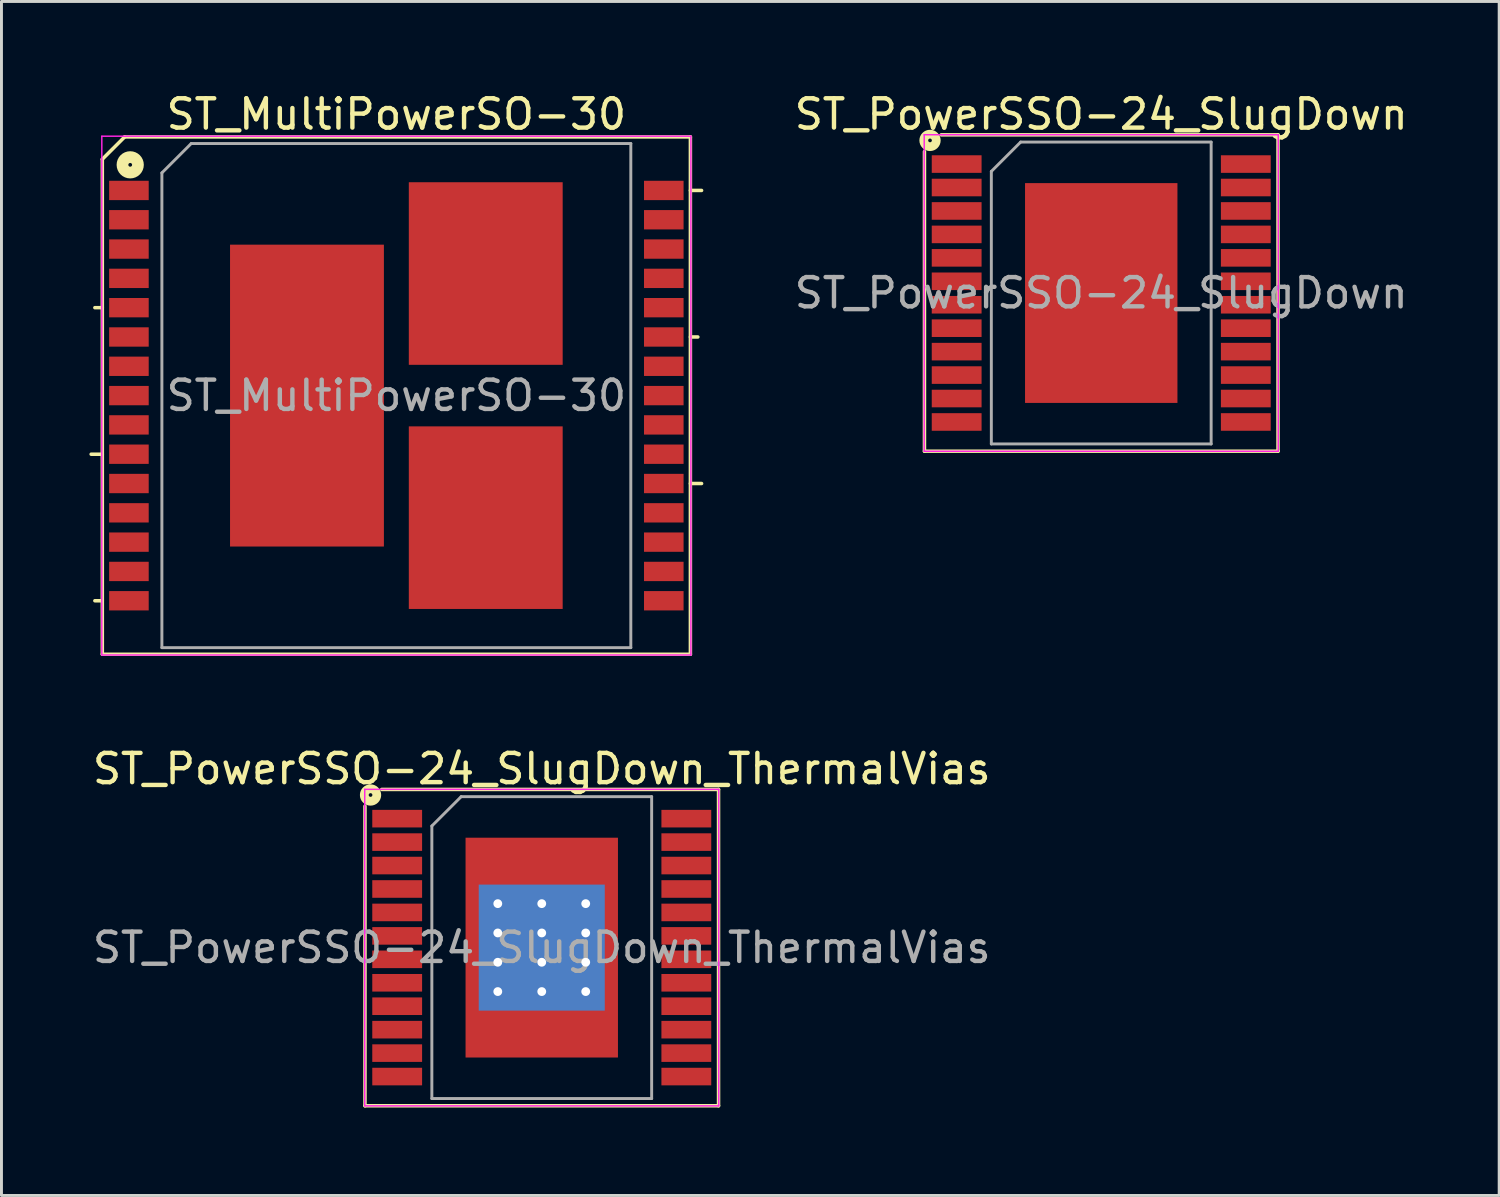
<source format=kicad_pcb>
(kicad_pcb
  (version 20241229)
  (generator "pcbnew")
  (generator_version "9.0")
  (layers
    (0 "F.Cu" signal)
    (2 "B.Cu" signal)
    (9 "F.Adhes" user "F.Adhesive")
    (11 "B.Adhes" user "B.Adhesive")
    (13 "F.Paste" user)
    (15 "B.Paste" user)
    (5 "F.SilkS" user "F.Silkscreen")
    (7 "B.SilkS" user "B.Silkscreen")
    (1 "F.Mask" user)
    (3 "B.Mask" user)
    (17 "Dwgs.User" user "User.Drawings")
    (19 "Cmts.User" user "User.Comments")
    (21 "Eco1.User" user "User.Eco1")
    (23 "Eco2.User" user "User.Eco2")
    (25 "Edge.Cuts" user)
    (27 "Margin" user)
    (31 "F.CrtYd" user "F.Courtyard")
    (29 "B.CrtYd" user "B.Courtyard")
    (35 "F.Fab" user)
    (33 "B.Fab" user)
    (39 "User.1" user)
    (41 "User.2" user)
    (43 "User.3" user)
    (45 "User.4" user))
  (footprint "ST_PowerSSO-24_SlugDown"
    (layer "F.Cu")
    (at 34.525 6.948)
    (property "Reference" "ST_PowerSSO-24_SlugDown" (at 0 -6.1 0) (layer "F.SilkS") (effects (font (size 1 1) (thickness 0.15))))
    (attr smd)
    (fp_line (start -6.032 -4.826) (end -6.032 5.397) (stroke (width 0.12) (type solid)) (layer "F.SilkS"))
    (fp_line (start -6.032 5.397) (end 6.032 5.397) (stroke (width 0.12) (type solid)) (layer "F.SilkS"))
    (fp_line (start 6.032 -5.397) (end -5.461 -5.397) (stroke (width 0.12) (type solid)) (layer "F.SilkS"))
    (fp_line (start 6.032 5.397) (end 6.032 -5.397) (stroke (width 0.12) (type solid)) (layer "F.SilkS"))
    (fp_circle (center -5.842 -5.207) (end -5.779 -5.207) (stroke (width 0.3) (type solid)) (fill no) (layer "F.SilkS"))
    (fp_line (start -6.04 -5.4) (end -6.04 5.4) (stroke (width 0.05) (type solid)) (layer "F.CrtYd"))
    (fp_line (start -6.04 -5.4) (end 6.04 -5.4) (stroke (width 0.05) (type solid)) (layer "F.CrtYd"))
    (fp_line (start 6.04 5.4) (end -6.04 5.4) (stroke (width 0.05) (type solid)) (layer "F.CrtYd"))
    (fp_line (start 6.04 5.4) (end 6.04 -5.4) (stroke (width 0.05) (type solid)) (layer "F.CrtYd"))
    (fp_line (start -3.75 -4.15) (end -3.75 5.15) (stroke (width 0.1) (type solid)) (layer "F.Fab"))
    (fp_line (start -3.75 5.15) (end 3.75 5.15) (stroke (width 0.1) (type solid)) (layer "F.Fab"))
    (fp_line (start -2.75 -5.15) (end -3.75 -4.15) (stroke (width 0.1) (type solid)) (layer "F.Fab"))
    (fp_line (start 3.75 -5.15) (end -2.75 -5.15) (stroke (width 0.1) (type solid)) (layer "F.Fab"))
    (fp_line (start 3.75 5.15) (end 3.75 -5.15) (stroke (width 0.1) (type solid)) (layer "F.Fab"))
    (fp_text user "${REFERENCE}" (at 0 0 0) (layer "F.Fab") (effects (font (size 1 1) (thickness 0.15))))
    (pad "1" smd rect (at -4.933 -4.4) (size 1.7 0.6) (layers "F.Cu" "F.Mask" "F.Paste"))
    (pad "2" smd rect (at -4.933 -3.6) (size 1.7 0.6) (layers "F.Cu" "F.Mask" "F.Paste"))
    (pad "3" smd rect (at -4.933 -2.8) (size 1.7 0.6) (layers "F.Cu" "F.Mask" "F.Paste"))
    (pad "4" smd rect (at -4.933 -2) (size 1.7 0.6) (layers "F.Cu" "F.Mask" "F.Paste"))
    (pad "5" smd rect (at -4.933 -1.2) (size 1.7 0.6) (layers "F.Cu" "F.Mask" "F.Paste"))
    (pad "6" smd rect (at -4.933 -0.4) (size 1.7 0.6) (layers "F.Cu" "F.Mask" "F.Paste"))
    (pad "7" smd rect (at -4.933 0.4) (size 1.7 0.6) (layers "F.Cu" "F.Mask" "F.Paste"))
    (pad "8" smd rect (at -4.933 1.2) (size 1.7 0.6) (layers "F.Cu" "F.Mask" "F.Paste"))
    (pad "9" smd rect (at -4.933 2) (size 1.7 0.6) (layers "F.Cu" "F.Mask" "F.Paste"))
    (pad "10" smd rect (at -4.933 2.8) (size 1.7 0.6) (layers "F.Cu" "F.Mask" "F.Paste"))
    (pad "11" smd rect (at -4.933 3.6) (size 1.7 0.6) (layers "F.Cu" "F.Mask" "F.Paste"))
    (pad "12" smd rect (at -4.933 4.4) (size 1.7 0.6) (layers "F.Cu" "F.Mask" "F.Paste"))
    (pad "13" smd rect (at 4.933 4.4) (size 1.7 0.6) (layers "F.Cu" "F.Mask" "F.Paste"))
    (pad "14" smd rect (at 4.933 3.6) (size 1.7 0.6) (layers "F.Cu" "F.Mask" "F.Paste"))
    (pad "15" smd rect (at 4.933 2.8) (size 1.7 0.6) (layers "F.Cu" "F.Mask" "F.Paste"))
    (pad "16" smd rect (at 4.933 2) (size 1.7 0.6) (layers "F.Cu" "F.Mask" "F.Paste"))
    (pad "17" smd rect (at 4.933 1.2) (size 1.7 0.6) (layers "F.Cu" "F.Mask" "F.Paste"))
    (pad "18" smd rect (at 4.933 0.4) (size 1.7 0.6) (layers "F.Cu" "F.Mask" "F.Paste"))
    (pad "19" smd rect (at 4.933 -0.4) (size 1.7 0.6) (layers "F.Cu" "F.Mask" "F.Paste"))
    (pad "20" smd rect (at 4.933 -1.2) (size 1.7 0.6) (layers "F.Cu" "F.Mask" "F.Paste"))
    (pad "21" smd rect (at 4.933 -2) (size 1.7 0.6) (layers "F.Cu" "F.Mask" "F.Paste"))
    (pad "22" smd rect (at 4.933 -2.8) (size 1.7 0.6) (layers "F.Cu" "F.Mask" "F.Paste"))
    (pad "23" smd rect (at 4.933 -3.6) (size 1.7 0.6) (layers "F.Cu" "F.Mask" "F.Paste"))
    (pad "24" smd rect (at 4.933 -4.4) (size 1.7 0.6) (layers "F.Cu" "F.Mask" "F.Paste"))
    (pad "25" smd rect (at 0 0) (size 5.2 7.5) (layers "F.Cu" "F.Mask" "F.Paste")))
  (footprint "ST_MultiPowerSO-30"
    (layer "F.Cu")
    (at 10.474 10.448)
    (property "Reference" "ST_MultiPowerSO-30" (at 0 -9.6 0) (layer "F.SilkS") (effects (font (size 1 1) (thickness 0.15))))
    (attr smd)
    (fp_line (start -10.414 2) (end -10.033 2) (stroke (width 0.12) (type solid)) (layer "F.SilkS"))
    (fp_line (start -10.287 -3) (end -10.033 -3) (stroke (width 0.12) (type solid)) (layer "F.SilkS"))
    (fp_line (start -10.287 7) (end -10.033 7) (stroke (width 0.12) (type solid)) (layer "F.SilkS"))
    (fp_line (start -10.033 -8.065) (end -10.033 8.826) (stroke (width 0.12) (type solid)) (layer "F.SilkS"))
    (fp_line (start -10.033 -8.065) (end -9.271 -8.826) (stroke (width 0.12) (type solid)) (layer "F.SilkS"))
    (fp_line (start -10.033 8.826) (end 10.033 8.826) (stroke (width 0.12) (type solid)) (layer "F.SilkS"))
    (fp_line (start 10.033 -8.826) (end -9.271 -8.826) (stroke (width 0.12) (type solid)) (layer "F.SilkS"))
    (fp_line (start 10.033 -7) (end 10.414 -7) (stroke (width 0.12) (type solid)) (layer "F.SilkS"))
    (fp_line (start 10.033 -2) (end 10.287 -2) (stroke (width 0.12) (type solid)) (layer "F.SilkS"))
    (fp_line (start 10.033 3) (end 10.414 3) (stroke (width 0.12) (type solid)) (layer "F.SilkS"))
    (fp_line (start 10.033 8.826) (end 10.033 -8.826) (stroke (width 0.12) (type solid)) (layer "F.SilkS"))
    (fp_circle (center -9.081 -7.874) (end -9.017 -7.874) (stroke (width 0.4) (type solid)) (fill no) (layer "F.SilkS"))
    (fp_line (start -10.05 -8.85) (end -10.05 8.85) (stroke (width 0.05) (type solid)) (layer "F.CrtYd"))
    (fp_line (start -10.05 -8.85) (end 10.05 -8.85) (stroke (width 0.05) (type solid)) (layer "F.CrtYd"))
    (fp_line (start 10.05 8.85) (end -10.05 8.85) (stroke (width 0.05) (type solid)) (layer "F.CrtYd"))
    (fp_line (start 10.05 8.85) (end 10.05 -8.85) (stroke (width 0.05) (type solid)) (layer "F.CrtYd"))
    (fp_line (start -8 -7.6) (end -8 8.6) (stroke (width 0.1) (type solid)) (layer "F.Fab"))
    (fp_line (start -8 8.6) (end 8 8.6) (stroke (width 0.1) (type solid)) (layer "F.Fab"))
    (fp_line (start -7 -8.6) (end -8 -7.6) (stroke (width 0.1) (type solid)) (layer "F.Fab"))
    (fp_line (start 8 -8.6) (end -7 -8.6) (stroke (width 0.1) (type solid)) (layer "F.Fab"))
    (fp_line (start 8 8.6) (end 8 -8.6) (stroke (width 0.1) (type solid)) (layer "F.Fab"))
    (fp_text user "${REFERENCE}" (at 0 0 0) (layer "F.Fab") (effects (font (size 1 1) (thickness 0.15))))
    (pad "1" smd rect (at -9.125 -7 270) (size 0.66 1.35) (layers "F.Cu" "F.Mask" "F.Paste"))
    (pad "2" smd rect (at -9.125 -6 270) (size 0.66 1.35) (layers "F.Cu" "F.Mask" "F.Paste"))
    (pad "3" smd rect (at -9.125 -5 270) (size 0.66 1.35) (layers "F.Cu" "F.Mask" "F.Paste"))
    (pad "4" smd rect (at -9.125 -4 270) (size 0.66 1.35) (layers "F.Cu" "F.Mask" "F.Paste"))
    (pad "5" smd rect (at -9.125 -3 270) (size 0.66 1.35) (layers "F.Cu" "F.Mask" "F.Paste"))
    (pad "6" smd rect (at -9.125 -2 270) (size 0.66 1.35) (layers "F.Cu" "F.Mask" "F.Paste"))
    (pad "7" smd rect (at -9.125 -1 270) (size 0.66 1.35) (layers "F.Cu" "F.Mask" "F.Paste"))
    (pad "8" smd rect (at -9.125 0 270) (size 0.66 1.35) (layers "F.Cu" "F.Mask" "F.Paste"))
    (pad "9" smd rect (at -9.125 1 270) (size 0.66 1.35) (layers "F.Cu" "F.Mask" "F.Paste"))
    (pad "10" smd rect (at -9.125 2 270) (size 0.66 1.35) (layers "F.Cu" "F.Mask" "F.Paste"))
    (pad "11" smd rect (at -9.125 3 270) (size 0.66 1.35) (layers "F.Cu" "F.Mask" "F.Paste"))
    (pad "12" smd rect (at -9.125 4 270) (size 0.66 1.35) (layers "F.Cu" "F.Mask" "F.Paste"))
    (pad "13" smd rect (at -9.125 5 270) (size 0.66 1.35) (layers "F.Cu" "F.Mask" "F.Paste"))
    (pad "14" smd rect (at -9.125 6 270) (size 0.66 1.35) (layers "F.Cu" "F.Mask" "F.Paste"))
    (pad "15" smd rect (at -9.125 7 270) (size 0.66 1.35) (layers "F.Cu" "F.Mask" "F.Paste"))
    (pad "16" smd rect (at 9.125 7 270) (size 0.66 1.35) (layers "F.Cu" "F.Mask" "F.Paste"))
    (pad "17" smd rect (at 9.125 6 270) (size 0.66 1.35) (layers "F.Cu" "F.Mask" "F.Paste"))
    (pad "18" smd rect (at 9.125 5 270) (size 0.66 1.35) (layers "F.Cu" "F.Mask" "F.Paste"))
    (pad "19" smd rect (at 9.125 4 270) (size 0.66 1.35) (layers "F.Cu" "F.Mask" "F.Paste"))
    (pad "20" smd rect (at 9.125 3 270) (size 0.66 1.35) (layers "F.Cu" "F.Mask" "F.Paste"))
    (pad "21" smd rect (at 9.125 2 270) (size 0.66 1.35) (layers "F.Cu" "F.Mask" "F.Paste"))
    (pad "22" smd rect (at 9.125 1 270) (size 0.66 1.35) (layers "F.Cu" "F.Mask" "F.Paste"))
    (pad "23" smd rect (at 9.125 0 270) (size 0.66 1.35) (layers "F.Cu" "F.Mask" "F.Paste"))
    (pad "24" smd rect (at 9.125 -1 270) (size 0.66 1.35) (layers "F.Cu" "F.Mask" "F.Paste"))
    (pad "25" smd rect (at 9.125 -2 270) (size 0.66 1.35) (layers "F.Cu" "F.Mask" "F.Paste"))
    (pad "26" smd rect (at 9.125 -3 270) (size 0.66 1.35) (layers "F.Cu" "F.Mask" "F.Paste"))
    (pad "27" smd rect (at 9.125 -4 270) (size 0.66 1.35) (layers "F.Cu" "F.Mask" "F.Paste"))
    (pad "28" smd rect (at 9.125 -5 270) (size 0.66 1.35) (layers "F.Cu" "F.Mask" "F.Paste"))
    (pad "29" smd rect (at 9.125 -6 270) (size 0.66 1.35) (layers "F.Cu" "F.Mask" "F.Paste"))
    (pad "30" smd rect (at 9.125 -7 270) (size 0.66 1.35) (layers "F.Cu" "F.Mask" "F.Paste"))
    (pad "31" smd rect (at -3.05 0) (size 5.25 10.3) (layers "F.Cu" "F.Mask" "F.Paste"))
    (pad "32" smd rect (at 3.05 4.165) (size 5.25 6.23) (layers "F.Cu" "F.Mask" "F.Paste"))
    (pad "33" smd rect (at 3.05 -4.165) (size 5.25 6.23) (layers "F.Cu" "F.Mask" "F.Paste")))
  (footprint "ST_PowerSSO-24_SlugDown_ThermalVias"
    (layer "F.Cu")
    (at 15.435 29.283)
    (property "Reference" "ST_PowerSSO-24_SlugDown_ThermalVias" (at 0 -6.1 0) (layer "F.SilkS") (effects (font (size 1 1) (thickness 0.15))))
    (attr smd)
    (fp_line (start -6.032 -4.826) (end -6.032 5.397) (stroke (width 0.12) (type solid)) (layer "F.SilkS"))
    (fp_line (start -6.032 5.397) (end 6.032 5.397) (stroke (width 0.12) (type solid)) (layer "F.SilkS"))
    (fp_line (start 6.032 -5.397) (end -5.461 -5.397) (stroke (width 0.12) (type solid)) (layer "F.SilkS"))
    (fp_line (start 6.032 5.397) (end 6.032 -5.397) (stroke (width 0.12) (type solid)) (layer "F.SilkS"))
    (fp_circle (center -5.842 -5.207) (end -5.779 -5.207) (stroke (width 0.3) (type solid)) (fill no) (layer "F.SilkS"))
    (fp_line (start -6.04 -5.4) (end -6.04 5.4) (stroke (width 0.05) (type solid)) (layer "F.CrtYd"))
    (fp_line (start -6.04 -5.4) (end 6.04 -5.4) (stroke (width 0.05) (type solid)) (layer "F.CrtYd"))
    (fp_line (start 6.04 5.4) (end -6.04 5.4) (stroke (width 0.05) (type solid)) (layer "F.CrtYd"))
    (fp_line (start 6.04 5.4) (end 6.04 -5.4) (stroke (width 0.05) (type solid)) (layer "F.CrtYd"))
    (fp_line (start -3.75 -4.15) (end -3.75 5.15) (stroke (width 0.1) (type solid)) (layer "F.Fab"))
    (fp_line (start -3.75 5.15) (end 3.75 5.15) (stroke (width 0.1) (type solid)) (layer "F.Fab"))
    (fp_line (start -2.75 -5.15) (end -3.75 -4.15) (stroke (width 0.1) (type solid)) (layer "F.Fab"))
    (fp_line (start 3.75 -5.15) (end -2.75 -5.15) (stroke (width 0.1) (type solid)) (layer "F.Fab"))
    (fp_line (start 3.75 5.15) (end 3.75 -5.15) (stroke (width 0.1) (type solid)) (layer "F.Fab"))
    (fp_text user "${REFERENCE}" (at 0 0 0) (layer "F.Fab") (effects (font (size 1 1) (thickness 0.15))))
    (pad "1" smd rect (at -4.933 -4.4) (size 1.7 0.6) (layers "F.Cu" "F.Mask" "F.Paste"))
    (pad "2" smd rect (at -4.933 -3.6) (size 1.7 0.6) (layers "F.Cu" "F.Mask" "F.Paste"))
    (pad "3" smd rect (at -4.933 -2.8) (size 1.7 0.6) (layers "F.Cu" "F.Mask" "F.Paste"))
    (pad "4" smd rect (at -4.933 -2) (size 1.7 0.6) (layers "F.Cu" "F.Mask" "F.Paste"))
    (pad "5" smd rect (at -4.933 -1.2) (size 1.7 0.6) (layers "F.Cu" "F.Mask" "F.Paste"))
    (pad "6" smd rect (at -4.933 -0.4) (size 1.7 0.6) (layers "F.Cu" "F.Mask" "F.Paste"))
    (pad "7" smd rect (at -4.933 0.4) (size 1.7 0.6) (layers "F.Cu" "F.Mask" "F.Paste"))
    (pad "8" smd rect (at -4.933 1.2) (size 1.7 0.6) (layers "F.Cu" "F.Mask" "F.Paste"))
    (pad "9" smd rect (at -4.933 2) (size 1.7 0.6) (layers "F.Cu" "F.Mask" "F.Paste"))
    (pad "10" smd rect (at -4.933 2.8) (size 1.7 0.6) (layers "F.Cu" "F.Mask" "F.Paste"))
    (pad "11" smd rect (at -4.933 3.6) (size 1.7 0.6) (layers "F.Cu" "F.Mask" "F.Paste"))
    (pad "12" smd rect (at -4.933 4.4) (size 1.7 0.6) (layers "F.Cu" "F.Mask" "F.Paste"))
    (pad "13" smd rect (at 4.933 4.4) (size 1.7 0.6) (layers "F.Cu" "F.Mask" "F.Paste"))
    (pad "14" smd rect (at 4.933 3.6) (size 1.7 0.6) (layers "F.Cu" "F.Mask" "F.Paste"))
    (pad "15" smd rect (at 4.933 2.8) (size 1.7 0.6) (layers "F.Cu" "F.Mask" "F.Paste"))
    (pad "16" smd rect (at 4.933 2) (size 1.7 0.6) (layers "F.Cu" "F.Mask" "F.Paste"))
    (pad "17" smd rect (at 4.933 1.2) (size 1.7 0.6) (layers "F.Cu" "F.Mask" "F.Paste"))
    (pad "18" smd rect (at 4.933 0.4) (size 1.7 0.6) (layers "F.Cu" "F.Mask" "F.Paste"))
    (pad "19" smd rect (at 4.933 -0.4) (size 1.7 0.6) (layers "F.Cu" "F.Mask" "F.Paste"))
    (pad "20" smd rect (at 4.933 -1.2) (size 1.7 0.6) (layers "F.Cu" "F.Mask" "F.Paste"))
    (pad "21" smd rect (at 4.933 -2) (size 1.7 0.6) (layers "F.Cu" "F.Mask" "F.Paste"))
    (pad "22" smd rect (at 4.933 -2.8) (size 1.7 0.6) (layers "F.Cu" "F.Mask" "F.Paste"))
    (pad "23" smd rect (at 4.933 -3.6) (size 1.7 0.6) (layers "F.Cu" "F.Mask" "F.Paste"))
    (pad "24" smd rect (at 4.933 -4.4) (size 1.7 0.6) (layers "F.Cu" "F.Mask" "F.Paste"))
    (pad "25" thru_hole circle (at -1.5 -1.5) (size 0.7 0.7) (drill 0.3) (layers "*.Cu"))
    (pad "25" thru_hole circle (at -1.5 -0.5) (size 0.7 0.7) (drill 0.3) (layers "*.Cu"))
    (pad "25" thru_hole circle (at -1.5 0.5) (size 0.7 0.7) (drill 0.3) (layers "*.Cu"))
    (pad "25" thru_hole circle (at -1.5 1.5) (size 0.7 0.7) (drill 0.3) (layers "*.Cu"))
    (pad "25" thru_hole circle (at 0 -1.5) (size 0.7 0.7) (drill 0.3) (layers "*.Cu"))
    (pad "25" thru_hole circle (at 0 -0.5) (size 0.7 0.7) (drill 0.3) (layers "*.Cu"))
    (pad "25" smd rect (at 0 0) (size 4.3 4.3) (layers "B.Cu" "B.Mask"))
    (pad "25" smd rect (at 0 0) (size 5.2 7.5) (layers "F.Cu" "F.Mask" "F.Paste"))
    (pad "25" thru_hole circle (at 0 0.5) (size 0.7 0.7) (drill 0.3) (layers "*.Cu"))
    (pad "25" thru_hole circle (at 0 1.5) (size 0.7 0.7) (drill 0.3) (layers "*.Cu"))
    (pad "25" thru_hole circle (at 1.5 -1.5) (size 0.7 0.7) (drill 0.3) (layers "*.Cu"))
    (pad "25" thru_hole circle (at 1.5 -0.5) (size 0.7 0.7) (drill 0.3) (layers "*.Cu"))
    (pad "25" thru_hole circle (at 1.5 0.5) (size 0.7 0.7) (drill 0.3) (layers "*.Cu"))
    (pad "25" thru_hole circle (at 1.5 1.5) (size 0.7 0.7) (drill 0.3) (layers "*.Cu")))
  (gr_rect
    (start -3 -3)
    (end 48.103 37.74)
    (stroke (width 0.1) (type default))
    (fill no)
    (layer "Edge.Cuts")))
</source>
